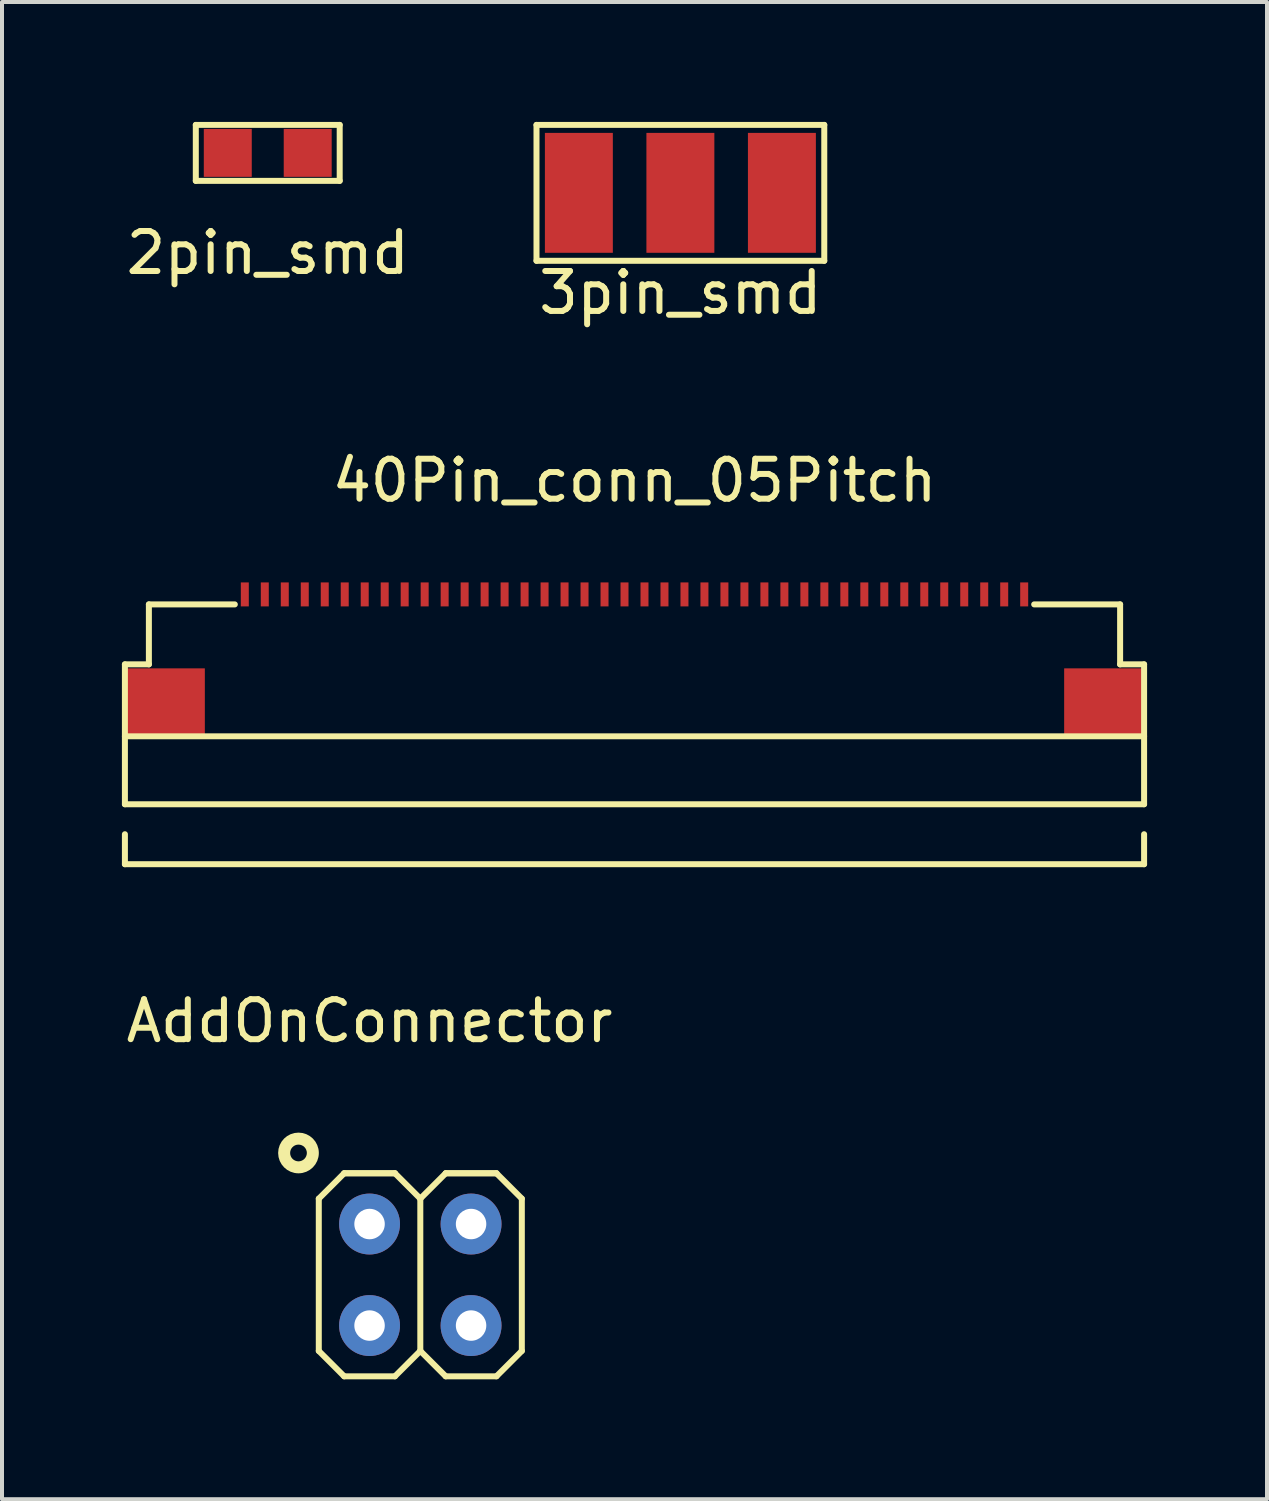
<source format=kicad_pcb>
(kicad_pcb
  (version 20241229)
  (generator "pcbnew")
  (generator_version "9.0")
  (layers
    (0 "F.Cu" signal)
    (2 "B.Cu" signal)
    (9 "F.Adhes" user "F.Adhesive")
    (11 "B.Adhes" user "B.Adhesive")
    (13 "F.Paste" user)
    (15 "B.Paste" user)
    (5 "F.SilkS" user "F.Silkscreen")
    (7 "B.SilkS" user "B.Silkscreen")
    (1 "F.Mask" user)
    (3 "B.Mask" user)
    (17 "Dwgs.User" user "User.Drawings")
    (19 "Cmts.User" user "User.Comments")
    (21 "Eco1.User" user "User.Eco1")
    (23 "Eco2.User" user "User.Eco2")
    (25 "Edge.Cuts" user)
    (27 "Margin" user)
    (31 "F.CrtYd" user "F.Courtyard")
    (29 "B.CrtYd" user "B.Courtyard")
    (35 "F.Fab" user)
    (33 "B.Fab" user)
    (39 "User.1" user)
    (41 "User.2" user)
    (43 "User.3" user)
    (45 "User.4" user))
  (footprint "AddOnConnector"
    (layer "F.Cu")
    (at 6.196 27.575)
    (property "Reference" "AddOnConnector" (at 0 -5.08 0) (layer "F.SilkS") (effects (font (size 1 1) (thickness 0.15))))
    (attr through_hole)
    (fp_line (start -1.27 -0.635) (end -1.27 3.175) (stroke (width 0.15) (type solid)) (layer "F.SilkS"))
    (fp_line (start -1.27 -0.635) (end -0.635 -1.27) (stroke (width 0.15) (type solid)) (layer "F.SilkS"))
    (fp_line (start -0.635 -1.27) (end 0.635 -1.27) (stroke (width 0.15) (type solid)) (layer "F.SilkS"))
    (fp_line (start -0.635 -1.27) (end 0.635 -1.27) (stroke (width 0.15) (type solid)) (layer "F.SilkS"))
    (fp_line (start -0.635 3.81) (end -1.27 3.175) (stroke (width 0.15) (type solid)) (layer "F.SilkS"))
    (fp_line (start -0.635 3.81) (end 0.635 3.81) (stroke (width 0.15) (type solid)) (layer "F.SilkS"))
    (fp_line (start 0.635 -1.27) (end 1.27 -0.635) (stroke (width 0.15) (type solid)) (layer "F.SilkS"))
    (fp_line (start 1.27 -0.635) (end 1.27 3.175) (stroke (width 0.15) (type solid)) (layer "F.SilkS"))
    (fp_line (start 1.27 -0.635) (end 1.905 -1.27) (stroke (width 0.15) (type solid)) (layer "F.SilkS"))
    (fp_line (start 1.27 3.175) (end 0.635 3.81) (stroke (width 0.15) (type solid)) (layer "F.SilkS"))
    (fp_line (start 1.905 -1.27) (end 3.175 -1.27) (stroke (width 0.15) (type solid)) (layer "F.SilkS"))
    (fp_line (start 1.905 -1.27) (end 3.175 -1.27) (stroke (width 0.15) (type solid)) (layer "F.SilkS"))
    (fp_line (start 1.905 3.81) (end 1.27 3.175) (stroke (width 0.15) (type solid)) (layer "F.SilkS"))
    (fp_line (start 1.905 3.81) (end 3.175 3.81) (stroke (width 0.15) (type solid)) (layer "F.SilkS"))
    (fp_line (start 3.175 -1.27) (end 3.81 -0.635) (stroke (width 0.15) (type solid)) (layer "F.SilkS"))
    (fp_line (start 3.81 -0.635) (end 3.81 3.175) (stroke (width 0.15) (type solid)) (layer "F.SilkS"))
    (fp_line (start 3.81 3.175) (end 3.175 3.81) (stroke (width 0.15) (type solid)) (layer "F.SilkS"))
    (fp_circle (center -1.778 -1.778) (end -1.524 -1.524) (stroke (width 0.3) (type solid)) (fill no) (layer "F.SilkS"))
    (pad "1" thru_hole circle (at 0 0) (size 1.524 1.524) (drill 0.762) (layers "*.Cu" "*.Mask"))
    (pad "2" thru_hole circle (at 0 2.54) (size 1.524 1.524) (drill 0.762) (layers "*.Cu" "*.Mask"))
    (pad "3" thru_hole circle (at 2.54 2.54) (size 1.524 1.524) (drill 0.762) (layers "*.Cu" "*.Mask"))
    (pad "4" thru_hole circle (at 2.54 0) (size 1.524 1.524) (drill 0.762) (layers "*.Cu" "*.Mask")))
  (footprint "40Pin_conn_05Pitch"
    (layer "F.Cu")
    (at 12.825 12.072)
    (property "Reference" "40Pin_conn_05Pitch" (at 0 -3.1 0) (layer "F.SilkS") (effects (font (size 1 1) (thickness 0.15))))
    (attr through_hole)
    (fp_line (start -12.75 1.5) (end -12.15 1.5) (stroke (width 0.15) (type solid)) (layer "F.SilkS"))
    (fp_line (start -12.75 3.3) (end 12.75 3.3) (stroke (width 0.15) (type solid)) (layer "F.SilkS"))
    (fp_line (start -12.75 5) (end -12.75 1.5) (stroke (width 0.15) (type solid)) (layer "F.SilkS"))
    (fp_line (start -12.75 6.5) (end -12.75 5.75) (stroke (width 0.15) (type solid)) (layer "F.SilkS"))
    (fp_line (start -12.75 6.5) (end 12.75 6.5) (stroke (width 0.15) (type solid)) (layer "F.SilkS"))
    (fp_line (start -12.15 0) (end -12.15 1.5) (stroke (width 0.15) (type solid)) (layer "F.SilkS"))
    (fp_line (start -10 0) (end -12.15 0) (stroke (width 0.15) (type solid)) (layer "F.SilkS"))
    (fp_line (start 10 0) (end 12.15 0) (stroke (width 0.15) (type solid)) (layer "F.SilkS"))
    (fp_line (start 12.15 0) (end 12.15 1.5) (stroke (width 0.15) (type solid)) (layer "F.SilkS"))
    (fp_line (start 12.75 1.5) (end 12.15 1.5) (stroke (width 0.15) (type solid)) (layer "F.SilkS"))
    (fp_line (start 12.75 5) (end -12.75 5) (stroke (width 0.15) (type solid)) (layer "F.SilkS"))
    (fp_line (start 12.75 5) (end 12.75 1.5) (stroke (width 0.15) (type solid)) (layer "F.SilkS"))
    (fp_line (start 12.75 6.5) (end 12.75 5.75) (stroke (width 0.15) (type solid)) (layer "F.SilkS"))
    (pad "" smd rect (at -11.75 2.45) (size 2 1.7) (layers "F.Cu" "F.Mask" "F.Paste"))
    (pad "" smd rect (at 11.75 2.45) (size 2 1.7) (layers "F.Cu" "F.Mask" "F.Paste"))
    (pad "1" smd rect (at 9.75 -0.25) (size 0.2 0.6) (layers "F.Cu" "F.Mask" "F.Paste"))
    (pad "2" smd rect (at 9.25 -0.25) (size 0.2 0.6) (layers "F.Cu" "F.Mask" "F.Paste"))
    (pad "3" smd rect (at 8.75 -0.25) (size 0.2 0.6) (layers "F.Cu" "F.Mask" "F.Paste"))
    (pad "4" smd rect (at 8.25 -0.25) (size 0.2 0.6) (layers "F.Cu" "F.Mask" "F.Paste"))
    (pad "5" smd rect (at 7.75 -0.25) (size 0.2 0.6) (layers "F.Cu" "F.Mask" "F.Paste"))
    (pad "6" smd rect (at 7.25 -0.25) (size 0.2 0.6) (layers "F.Cu" "F.Mask" "F.Paste"))
    (pad "7" smd rect (at 6.75 -0.25) (size 0.2 0.6) (layers "F.Cu" "F.Mask" "F.Paste"))
    (pad "8" smd rect (at 6.25 -0.25) (size 0.2 0.6) (layers "F.Cu" "F.Mask" "F.Paste"))
    (pad "9" smd rect (at 5.75 -0.25) (size 0.2 0.6) (layers "F.Cu" "F.Mask" "F.Paste"))
    (pad "10" smd rect (at 5.25 -0.25) (size 0.2 0.6) (layers "F.Cu" "F.Mask" "F.Paste"))
    (pad "11" smd rect (at 4.75 -0.25) (size 0.2 0.6) (layers "F.Cu" "F.Mask" "F.Paste"))
    (pad "12" smd rect (at 4.25 -0.25) (size 0.2 0.6) (layers "F.Cu" "F.Mask" "F.Paste"))
    (pad "13" smd rect (at 3.75 -0.25) (size 0.2 0.6) (layers "F.Cu" "F.Mask" "F.Paste"))
    (pad "14" smd rect (at 3.25 -0.25) (size 0.2 0.6) (layers "F.Cu" "F.Mask" "F.Paste"))
    (pad "15" smd rect (at 2.75 -0.25) (size 0.2 0.6) (layers "F.Cu" "F.Mask" "F.Paste"))
    (pad "16" smd rect (at 2.25 -0.25) (size 0.2 0.6) (layers "F.Cu" "F.Mask" "F.Paste"))
    (pad "17" smd rect (at 1.75 -0.25) (size 0.2 0.6) (layers "F.Cu" "F.Mask" "F.Paste"))
    (pad "18" smd rect (at 1.25 -0.25) (size 0.2 0.6) (layers "F.Cu" "F.Mask" "F.Paste"))
    (pad "19" smd rect (at 0.75 -0.25) (size 0.2 0.6) (layers "F.Cu" "F.Mask" "F.Paste"))
    (pad "20" smd rect (at 0.25 -0.25) (size 0.2 0.6) (layers "F.Cu" "F.Mask" "F.Paste"))
    (pad "21" smd rect (at -0.25 -0.25) (size 0.2 0.6) (layers "F.Cu" "F.Mask" "F.Paste"))
    (pad "22" smd rect (at -0.75 -0.25) (size 0.2 0.6) (layers "F.Cu" "F.Mask" "F.Paste"))
    (pad "23" smd rect (at -1.25 -0.25) (size 0.2 0.6) (layers "F.Cu" "F.Mask" "F.Paste"))
    (pad "24" smd rect (at -1.75 -0.25) (size 0.2 0.6) (layers "F.Cu" "F.Mask" "F.Paste"))
    (pad "25" smd rect (at -2.25 -0.25) (size 0.2 0.6) (layers "F.Cu" "F.Mask" "F.Paste"))
    (pad "26" smd rect (at -2.75 -0.25) (size 0.2 0.6) (layers "F.Cu" "F.Mask" "F.Paste"))
    (pad "27" smd rect (at -3.25 -0.25) (size 0.2 0.6) (layers "F.Cu" "F.Mask" "F.Paste"))
    (pad "28" smd rect (at -3.75 -0.25) (size 0.2 0.6) (layers "F.Cu" "F.Mask" "F.Paste"))
    (pad "29" smd rect (at -4.25 -0.25) (size 0.2 0.6) (layers "F.Cu" "F.Mask" "F.Paste"))
    (pad "30" smd rect (at -4.75 -0.25) (size 0.2 0.6) (layers "F.Cu" "F.Mask" "F.Paste"))
    (pad "31" smd rect (at -5.25 -0.25) (size 0.2 0.6) (layers "F.Cu" "F.Mask" "F.Paste"))
    (pad "32" smd rect (at -5.75 -0.25) (size 0.2 0.6) (layers "F.Cu" "F.Mask" "F.Paste"))
    (pad "33" smd rect (at -6.25 -0.25) (size 0.2 0.6) (layers "F.Cu" "F.Mask" "F.Paste"))
    (pad "34" smd rect (at -6.75 -0.25) (size 0.2 0.6) (layers "F.Cu" "F.Mask" "F.Paste"))
    (pad "35" smd rect (at -7.25 -0.25) (size 0.2 0.6) (layers "F.Cu" "F.Mask" "F.Paste"))
    (pad "36" smd rect (at -7.75 -0.25) (size 0.2 0.6) (layers "F.Cu" "F.Mask" "F.Paste"))
    (pad "37" smd rect (at -8.25 -0.25) (size 0.2 0.6) (layers "F.Cu" "F.Mask" "F.Paste"))
    (pad "38" smd rect (at -8.75 -0.25) (size 0.2 0.6) (layers "F.Cu" "F.Mask" "F.Paste"))
    (pad "39" smd rect (at -9.25 -0.25) (size 0.2 0.6) (layers "F.Cu" "F.Mask" "F.Paste"))
    (pad "40" smd rect (at -9.75 -0.25) (size 0.2 0.6) (layers "F.Cu" "F.Mask" "F.Paste")))
  (footprint "3pin_smd"
    (layer "F.Cu")
    (at 13.973 1.775)
    (property "Reference" "3pin_smd" (at 0 2.5 0) (layer "F.SilkS") (effects (font (size 1 1) (thickness 0.15))))
    (attr through_hole)
    (fp_line (start -3.6 -1.7) (end 3.6 -1.7) (stroke (width 0.15) (type solid)) (layer "F.SilkS"))
    (fp_line (start -3.6 1.7) (end -3.6 -1.7) (stroke (width 0.15) (type solid)) (layer "F.SilkS"))
    (fp_line (start 3.6 -1.7) (end 3.6 1.7) (stroke (width 0.15) (type solid)) (layer "F.SilkS"))
    (fp_line (start 3.6 1.7) (end -3.6 1.7) (stroke (width 0.15) (type solid)) (layer "F.SilkS"))
    (pad "1" smd rect (at -2.54 0) (size 1.7 3) (layers "F.Cu" "F.Mask" "F.Paste"))
    (pad "2" smd rect (at 0 0) (size 1.7 3) (layers "F.Cu" "F.Mask" "F.Paste"))
    (pad "3" smd rect (at 2.54 0) (size 1.7 3) (layers "F.Cu" "F.Mask" "F.Paste")))
  (footprint "2pin_smd"
    (layer "F.Cu")
    (at 3.649 0.775)
    (property "Reference" "2pin_smd" (at 0 2.5 0) (layer "F.SilkS") (effects (font (size 1 1) (thickness 0.15))))
    (attr through_hole)
    (fp_line (start -1.8 -0.7) (end 1.8 -0.7) (stroke (width 0.15) (type solid)) (layer "F.SilkS"))
    (fp_line (start -1.8 0.7) (end -1.8 -0.7) (stroke (width 0.15) (type solid)) (layer "F.SilkS"))
    (fp_line (start 1.8 -0.7) (end 1.8 0.7) (stroke (width 0.15) (type solid)) (layer "F.SilkS"))
    (fp_line (start 1.8 0.7) (end -1.8 0.7) (stroke (width 0.15) (type solid)) (layer "F.SilkS"))
    (pad "1" smd rect (at -1 0) (size 1.2 1.2) (layers "F.Cu" "F.Mask" "F.Paste"))
    (pad "2" smd rect (at 1 0) (size 1.2 1.2) (layers "F.Cu" "F.Mask" "F.Paste")))
  (gr_rect
    (start -3 -3)
    (end 28.65 34.46)
    (stroke (width 0.1) (type default))
    (fill no)
    (layer "Edge.Cuts")))
</source>
